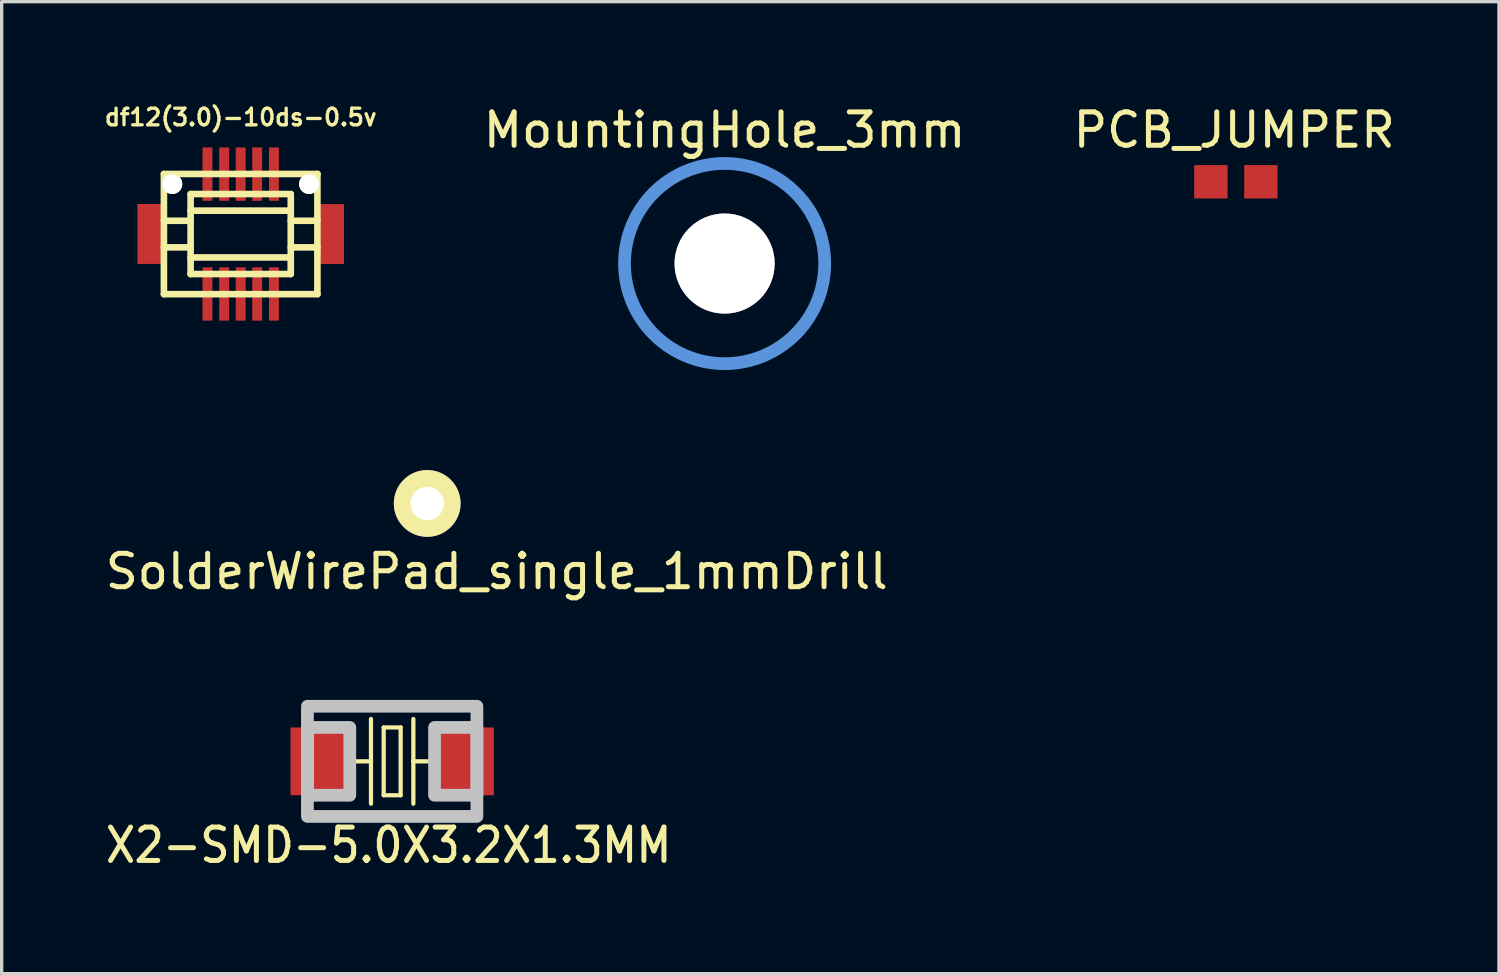
<source format=kicad_pcb>
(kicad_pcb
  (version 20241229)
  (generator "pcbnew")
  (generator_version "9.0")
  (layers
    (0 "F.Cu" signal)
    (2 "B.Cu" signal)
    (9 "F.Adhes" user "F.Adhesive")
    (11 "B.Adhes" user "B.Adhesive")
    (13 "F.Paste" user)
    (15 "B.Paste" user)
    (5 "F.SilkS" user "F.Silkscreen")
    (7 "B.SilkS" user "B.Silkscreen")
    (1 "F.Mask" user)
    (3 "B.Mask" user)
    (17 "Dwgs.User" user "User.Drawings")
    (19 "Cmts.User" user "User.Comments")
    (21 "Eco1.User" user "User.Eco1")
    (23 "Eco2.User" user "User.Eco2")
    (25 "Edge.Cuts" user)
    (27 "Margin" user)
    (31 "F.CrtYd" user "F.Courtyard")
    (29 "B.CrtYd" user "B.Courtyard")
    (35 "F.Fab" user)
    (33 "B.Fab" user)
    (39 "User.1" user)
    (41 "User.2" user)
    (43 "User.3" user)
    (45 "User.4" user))
  (footprint "df12(3.0)-10ds-0.5v"
    (layer "F.Cu")
    (at 4.164 3.965)
    (property "Reference" "df12(3.0)-10ds-0.5v" (at 0 -3.5 0) (layer "F.SilkS") (effects (font (size 0.498 0.498) (thickness 0.099))))
    (attr through_hole)
    (fp_line (start -2.301 -1.801) (end 2.301 -1.801) (stroke (width 0.198) (type solid)) (layer "F.SilkS"))
    (fp_line (start -2.301 1.801) (end -2.301 -1.801) (stroke (width 0.198) (type solid)) (layer "F.SilkS"))
    (fp_line (start -1.501 -1.199) (end 1.501 -1.199) (stroke (width 0.198) (type solid)) (layer "F.SilkS"))
    (fp_line (start -1.501 -0.701) (end 1.501 -0.701) (stroke (width 0.198) (type solid)) (layer "F.SilkS"))
    (fp_line (start -1.501 -0.399) (end -2.301 -0.399) (stroke (width 0.198) (type solid)) (layer "F.SilkS"))
    (fp_line (start -1.501 0.399) (end -2.301 0.399) (stroke (width 0.198) (type solid)) (layer "F.SilkS"))
    (fp_line (start -1.501 1.199) (end -1.501 -1.199) (stroke (width 0.198) (type solid)) (layer "F.SilkS"))
    (fp_line (start 1.501 -1.199) (end 1.501 1.199) (stroke (width 0.198) (type solid)) (layer "F.SilkS"))
    (fp_line (start 1.501 -0.399) (end 2.301 -0.399) (stroke (width 0.198) (type solid)) (layer "F.SilkS"))
    (fp_line (start 1.501 0.701) (end -1.501 0.701) (stroke (width 0.198) (type solid)) (layer "F.SilkS"))
    (fp_line (start 1.501 1.199) (end -1.501 1.199) (stroke (width 0.198) (type solid)) (layer "F.SilkS"))
    (fp_line (start 2.299 -1.801) (end 2.299 1.801) (stroke (width 0.198) (type solid)) (layer "F.SilkS"))
    (fp_line (start 2.301 0.399) (end 1.501 0.399) (stroke (width 0.198) (type solid)) (layer "F.SilkS"))
    (fp_line (start 2.301 1.801) (end -2.301 1.801) (stroke (width 0.198) (type solid)) (layer "F.SilkS"))
    (pad "" smd rect (at -2.697 -0.003) (size 0.798 1.796) (layers "F.Cu" "F.Mask" "F.Paste"))
    (pad "" np_thru_hole circle (at -2.05 -1.499) (size 0.597 0.597) (drill 0.597) (layers "*.Cu" "*.Mask" "F.SilkS"))
    (pad "" np_thru_hole circle (at 2.05 -1.499) (size 0.597 0.597) (drill 0.597) (layers "*.Cu" "*.Mask" "F.SilkS"))
    (pad "" smd rect (at 2.697 0) (size 0.798 1.796) (layers "F.Cu" "F.Mask" "F.Paste"))
    (pad "1" smd rect (at -0.996 1.796) (size 0.297 1.598) (layers "F.Cu" "F.Mask" "F.Paste"))
    (pad "2" smd rect (at -0.495 1.796) (size 0.297 1.598) (layers "F.Cu" "F.Mask" "F.Paste"))
    (pad "3" smd rect (at 0 1.796) (size 0.297 1.598) (layers "F.Cu" "F.Mask" "F.Paste"))
    (pad "4" smd rect (at 0.495 1.796) (size 0.297 1.598) (layers "F.Cu" "F.Mask" "F.Paste"))
    (pad "5" smd rect (at 0.996 1.796) (size 0.297 1.598) (layers "F.Cu" "F.Mask" "F.Paste"))
    (pad "6" smd rect (at 0.996 -1.796) (size 0.297 1.598) (layers "F.Cu" "F.Mask" "F.Paste"))
    (pad "7" smd rect (at 0.495 -1.796) (size 0.297 1.598) (layers "F.Cu" "F.Mask" "F.Paste"))
    (pad "8" smd rect (at 0 -1.796) (size 0.297 1.598) (layers "F.Cu" "F.Mask" "F.Paste"))
    (pad "9" smd rect (at -0.495 -1.796) (size 0.297 1.598) (layers "F.Cu" "F.Mask" "F.Paste"))
    (pad "10" smd rect (at -0.996 -1.796) (size 0.297 1.598) (layers "F.Cu" "F.Mask" "F.Paste")))
  (footprint "PCB_JUMPER"
    (layer "F.Cu")
    (at 33.992 2.398)
    (property "Reference" "PCB_JUMPER" (at -0.05 -1.55 0) (layer "F.SilkS") (effects (font (size 1 1) (thickness 0.15))))
    (attr through_hole)
    (pad "1" smd rect (at -0.75 0) (size 1 1) (layers "F.Cu" "F.Mask" "F.Paste"))
    (pad "2" smd rect (at 0.75 0) (size 1 1) (layers "F.Cu" "F.Mask" "F.Paste")))
  (footprint "MountingHole_3mm"
    (layer "F.Cu")
    (at 18.668 4.849)
    (property "Reference" "MountingHole_3mm" (at 0 -4 0) (layer "F.SilkS") (effects (font (size 1 1) (thickness 0.15))))
    (attr through_hole)
    (fp_circle (center 0 0) (end 3 0) (stroke (width 0.381) (type solid)) (fill no) (layer "Cmts.User"))
    (pad "" thru_hole circle (at 0 0) (size 3 3) (drill 3) (layers)))
  (footprint "X2-SMD-5.0X3.2X1.3MM"
    (layer "F.Cu")
    (at 8.704 19.769)
    (property "Reference" "X2-SMD-5.0X3.2X1.3MM" (at -0.105 2.515 0) (layer "F.SilkS") (effects (font (size 1 0.9) (thickness 0.15))))
    (attr smd)
    (fp_line (start -2.5 -1.6) (end -2.5 -1.2) (stroke (width 0.127) (type solid)) (layer "F.SilkS"))
    (fp_line (start -2.5 1.2) (end -2.5 1.6) (stroke (width 0.127) (type solid)) (layer "F.SilkS"))
    (fp_line (start -2.5 1.6) (end 2.5 1.6) (stroke (width 0.127) (type solid)) (layer "F.SilkS"))
    (fp_line (start -0.635 -1.27) (end -0.635 0) (stroke (width 0.127) (type solid)) (layer "F.SilkS"))
    (fp_line (start -0.635 0) (end -1.143 0) (stroke (width 0.127) (type solid)) (layer "F.SilkS"))
    (fp_line (start -0.635 0) (end -0.635 1.27) (stroke (width 0.127) (type solid)) (layer "F.SilkS"))
    (fp_line (start -0.254 -1.016) (end -0.254 1.016) (stroke (width 0.127) (type solid)) (layer "F.SilkS"))
    (fp_line (start -0.254 1.016) (end 0.254 1.016) (stroke (width 0.127) (type solid)) (layer "F.SilkS"))
    (fp_line (start 0.254 -1.016) (end -0.254 -1.016) (stroke (width 0.127) (type solid)) (layer "F.SilkS"))
    (fp_line (start 0.254 1.016) (end 0.254 -1.016) (stroke (width 0.127) (type solid)) (layer "F.SilkS"))
    (fp_line (start 0.635 -1.27) (end 0.635 0) (stroke (width 0.127) (type solid)) (layer "F.SilkS"))
    (fp_line (start 0.635 0) (end 0.635 1.27) (stroke (width 0.127) (type solid)) (layer "F.SilkS"))
    (fp_line (start 0.635 0) (end 1.143 0) (stroke (width 0.127) (type solid)) (layer "F.SilkS"))
    (fp_line (start 2.5 -1.6) (end -2.5 -1.6) (stroke (width 0.127) (type solid)) (layer "F.SilkS"))
    (fp_line (start 2.5 -1.2) (end 2.5 -1.6) (stroke (width 0.127) (type solid)) (layer "F.SilkS"))
    (fp_line (start 2.5 1.6) (end 2.5 1.2) (stroke (width 0.127) (type solid)) (layer "F.SilkS"))
    (fp_poly (pts (xy -2.54 -1.651) (xy 2.54 -1.651) (xy 2.54 1.651) (xy -2.54 1.651)) (stroke (width 0.381) (type solid)) (fill no) (layer "Dwgs.User"))
    (fp_poly (pts (xy -2.54 -1.016) (xy -1.27 -1.016) (xy -1.27 1.016) (xy -2.54 1.016)) (stroke (width 0.381) (type solid)) (fill no) (layer "Dwgs.User"))
    (fp_poly (pts (xy 1.27 -1.016) (xy 2.54 -1.016) (xy 2.54 1.016) (xy 1.27 1.016)) (stroke (width 0.381) (type solid)) (fill no) (layer "Dwgs.User"))
    (pad "1" smd rect (at -2.159 0) (size 1.778 2.032) (layers "F.Cu" "F.Mask" "F.Paste"))
    (pad "2" smd rect (at 2.159 0) (size 1.778 2.032) (layers "F.Cu" "F.Mask" "F.Paste")))
  (footprint "SolderWirePad_single_1mmDrill"
    (layer "F.Cu")
    (at 9.754 12.039)
    (property "Reference" "SolderWirePad_single_1mmDrill" (at 2.085 2.04 0) (layer "F.SilkS") (effects (font (size 1 1) (thickness 0.15))))
    (attr through_hole)
    (pad "1" thru_hole circle (at 0 0) (size 2 2) (drill 1.001) (layers "*.Cu" "*.Mask" "F.SilkS")))
  (gr_rect
    (start -3 -3)
    (end 41.877 26.132)
    (stroke (width 0.1) (type default))
    (fill no)
    (layer "Edge.Cuts")))
</source>
